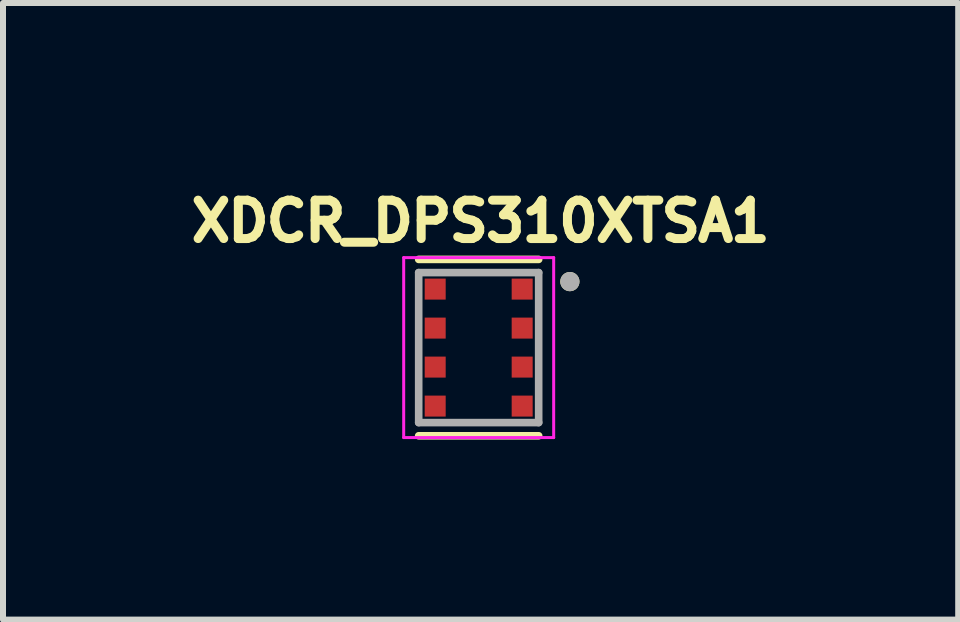
<source format=kicad_pcb>
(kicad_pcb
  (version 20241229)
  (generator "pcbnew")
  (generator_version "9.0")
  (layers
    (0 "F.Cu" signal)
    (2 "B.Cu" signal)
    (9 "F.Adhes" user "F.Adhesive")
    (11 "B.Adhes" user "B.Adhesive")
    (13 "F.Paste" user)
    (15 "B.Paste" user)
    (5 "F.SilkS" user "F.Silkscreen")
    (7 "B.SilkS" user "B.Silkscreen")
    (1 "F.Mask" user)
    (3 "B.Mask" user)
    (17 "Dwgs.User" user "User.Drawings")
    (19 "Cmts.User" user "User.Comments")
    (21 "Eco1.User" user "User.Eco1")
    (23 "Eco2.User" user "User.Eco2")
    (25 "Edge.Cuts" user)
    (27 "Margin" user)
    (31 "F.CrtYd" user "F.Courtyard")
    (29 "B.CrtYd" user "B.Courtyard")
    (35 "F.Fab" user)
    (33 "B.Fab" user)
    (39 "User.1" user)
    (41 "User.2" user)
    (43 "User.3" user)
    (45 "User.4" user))
  (footprint "XDCR_DPS310XTSA1"
    (layer "F.Cu")
    (at 4.929 2.744)
    (property "Reference" "XDCR_DPS310XTSA1" (at 0.032 -2.106 0) (layer "F.SilkS") (effects (font (size 0.64 0.64) (thickness 0.15))))
    (attr smd)
    (fp_line (start -1 1.47) (end 1 1.47) (stroke (width 0.127) (type solid)) (layer "F.SilkS"))
    (fp_line (start 1 -1.47) (end -1 -1.47) (stroke (width 0.127) (type solid)) (layer "F.SilkS"))
    (fp_circle (center 1.52 -1.1) (end 1.6 -1.1) (stroke (width 0.16) (type solid)) (fill no) (layer "F.SilkS"))
    (fp_circle (center -0.725 -0.975) (end -0.637 -0.975) (stroke (width 0.175) (type solid)) (fill no) (layer "F.Paste"))
    (fp_circle (center -0.725 -0.325) (end -0.637 -0.325) (stroke (width 0.175) (type solid)) (fill no) (layer "F.Paste"))
    (fp_circle (center -0.725 0.325) (end -0.637 0.325) (stroke (width 0.175) (type solid)) (fill no) (layer "F.Paste"))
    (fp_circle (center -0.725 0.975) (end -0.637 0.975) (stroke (width 0.175) (type solid)) (fill no) (layer "F.Paste"))
    (fp_circle (center 0.725 -0.975) (end 0.812 -0.975) (stroke (width 0.175) (type solid)) (fill no) (layer "F.Paste"))
    (fp_circle (center 0.725 -0.325) (end 0.812 -0.325) (stroke (width 0.175) (type solid)) (fill no) (layer "F.Paste"))
    (fp_circle (center 0.725 0.325) (end 0.812 0.325) (stroke (width 0.175) (type solid)) (fill no) (layer "F.Paste"))
    (fp_circle (center 0.725 0.975) (end 0.812 0.975) (stroke (width 0.175) (type solid)) (fill no) (layer "F.Paste"))
    (fp_line (start -1.25 -1.5) (end -1.25 1.5) (stroke (width 0.05) (type solid)) (layer "F.CrtYd"))
    (fp_line (start -1.25 1.5) (end 1.25 1.5) (stroke (width 0.05) (type solid)) (layer "F.CrtYd"))
    (fp_line (start 1.25 -1.5) (end -1.25 -1.5) (stroke (width 0.05) (type solid)) (layer "F.CrtYd"))
    (fp_line (start 1.25 1.5) (end 1.25 -1.5) (stroke (width 0.05) (type solid)) (layer "F.CrtYd"))
    (fp_line (start -1 -1.25) (end -1 1.25) (stroke (width 0.127) (type solid)) (layer "F.Fab"))
    (fp_line (start -1 -1.25) (end 1 -1.25) (stroke (width 0.127) (type solid)) (layer "F.Fab"))
    (fp_line (start 1 1.25) (end -1 1.25) (stroke (width 0.127) (type solid)) (layer "F.Fab"))
    (fp_line (start 1 1.25) (end 1 -1.25) (stroke (width 0.127) (type solid)) (layer "F.Fab"))
    (fp_circle (center 1.52 -1.1) (end 1.6 -1.1) (stroke (width 0.16) (type solid)) (fill no) (layer "F.Fab"))
    (pad "1" smd rect (at 0.725 -0.975) (size 0.35 0.35) (layers "F.Cu" "F.Mask"))
    (pad "2" smd rect (at 0.725 -0.325) (size 0.35 0.35) (layers "F.Cu" "F.Mask"))
    (pad "3" smd rect (at 0.725 0.325) (size 0.35 0.35) (layers "F.Cu" "F.Mask"))
    (pad "4" smd rect (at 0.725 0.975) (size 0.35 0.35) (layers "F.Cu" "F.Mask"))
    (pad "5" smd rect (at -0.725 0.975) (size 0.35 0.35) (layers "F.Cu" "F.Mask"))
    (pad "6" smd rect (at -0.725 0.325) (size 0.35 0.35) (layers "F.Cu" "F.Mask"))
    (pad "7" smd rect (at -0.725 -0.325) (size 0.35 0.35) (layers "F.Cu" "F.Mask"))
    (pad "8" smd rect (at -0.725 -0.975) (size 0.35 0.35) (layers "F.Cu" "F.Mask")))
  (gr_rect
    (start -3 -3)
    (end 12.922 7.278)
    (stroke (width 0.1) (type default))
    (fill no)
    (layer "Edge.Cuts")))
</source>
